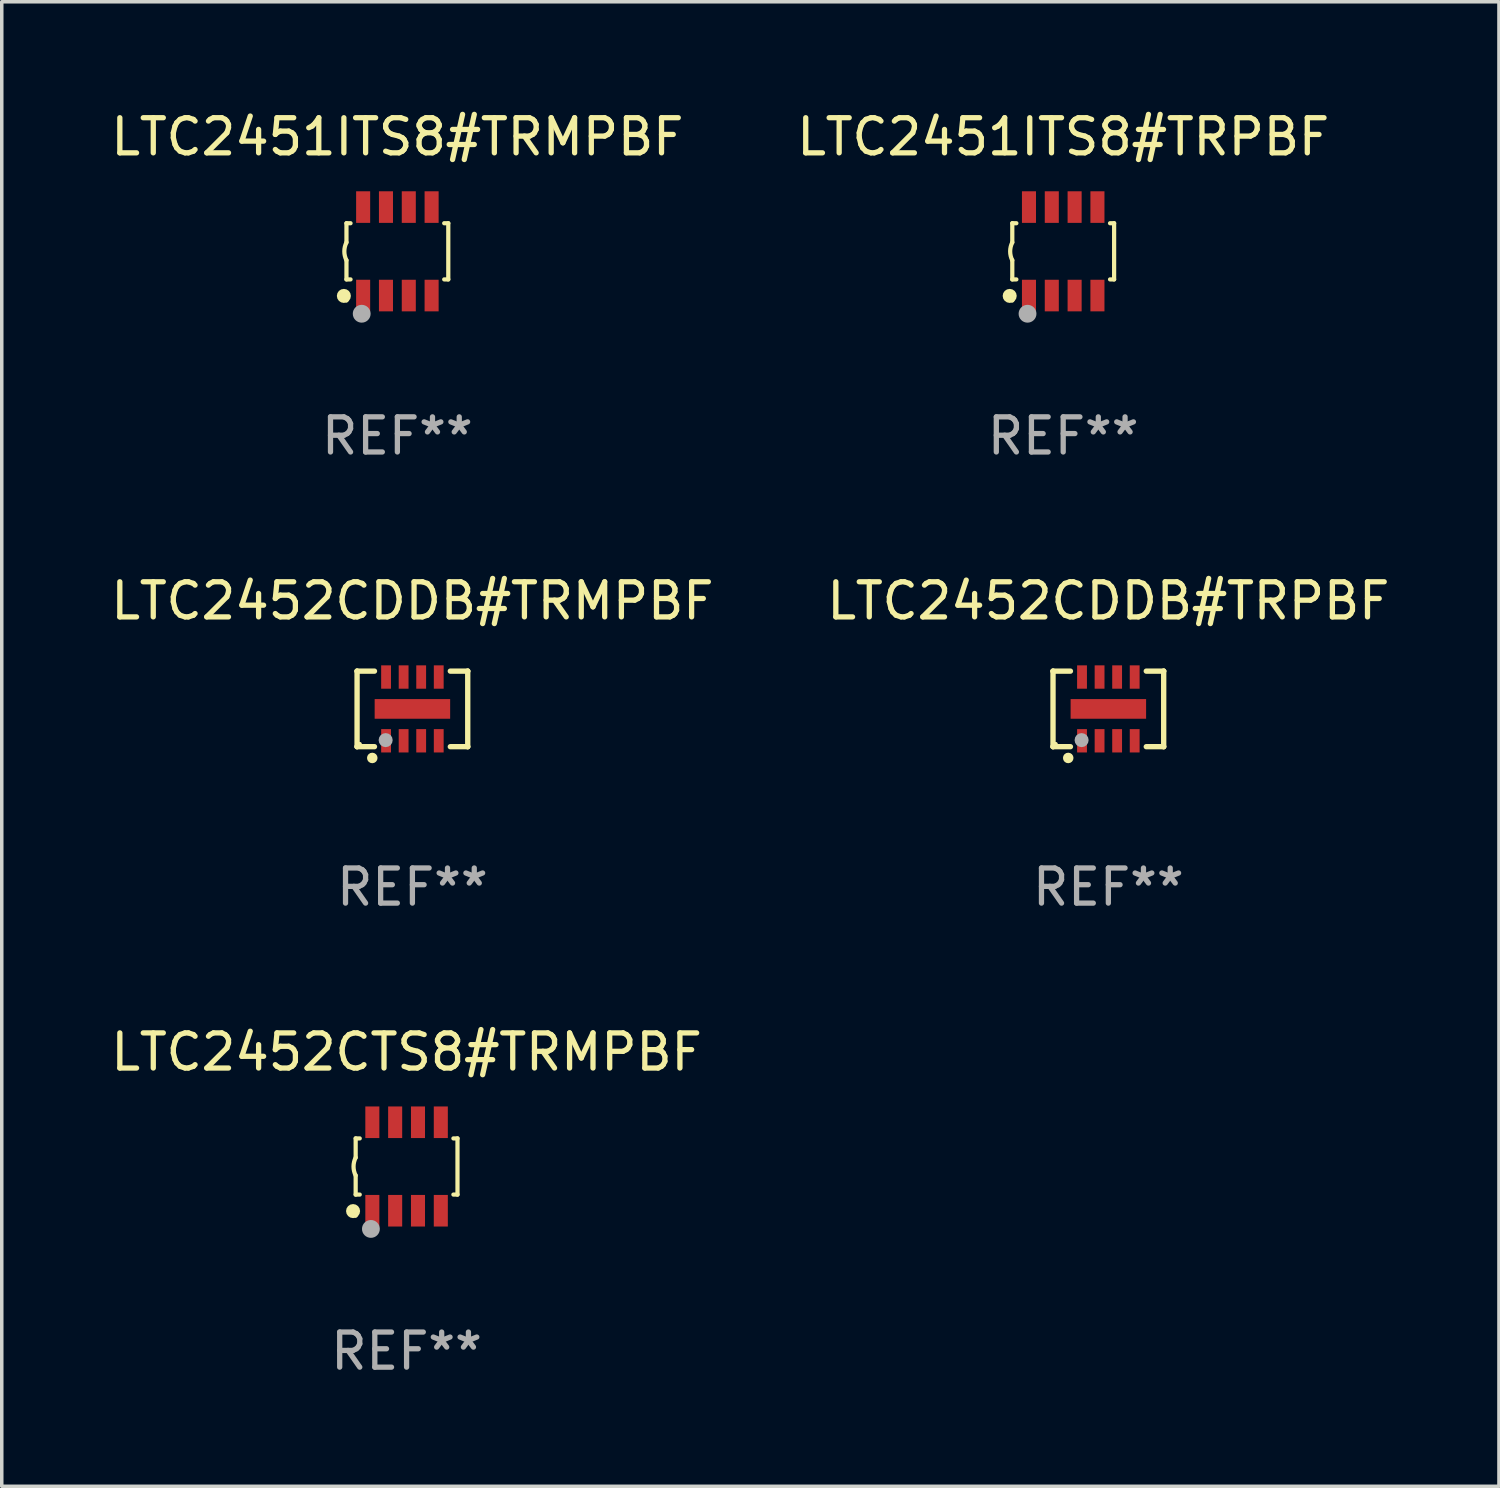
<source format=kicad_pcb>
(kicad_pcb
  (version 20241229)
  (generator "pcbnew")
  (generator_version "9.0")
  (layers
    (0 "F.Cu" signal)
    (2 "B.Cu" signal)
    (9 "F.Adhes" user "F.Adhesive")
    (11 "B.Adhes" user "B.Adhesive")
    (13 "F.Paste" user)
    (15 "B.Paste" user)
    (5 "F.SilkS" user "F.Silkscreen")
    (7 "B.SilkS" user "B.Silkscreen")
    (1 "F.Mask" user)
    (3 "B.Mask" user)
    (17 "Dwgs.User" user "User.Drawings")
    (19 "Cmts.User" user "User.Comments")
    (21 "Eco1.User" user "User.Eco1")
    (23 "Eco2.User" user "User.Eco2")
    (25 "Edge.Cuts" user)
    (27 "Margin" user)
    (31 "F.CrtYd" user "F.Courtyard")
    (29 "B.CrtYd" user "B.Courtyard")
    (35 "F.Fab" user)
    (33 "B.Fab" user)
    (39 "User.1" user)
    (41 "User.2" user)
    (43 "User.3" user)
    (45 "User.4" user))
  (footprint "LTC2451ITS8#TRMPBF"
    (layer "F.Cu")
    (at 8.268 4.108)
    (property "Reference" "LTC2451ITS8#TRMPBF" (at 0 -3.26 0) (layer "F.SilkS") (effects (font (size 1 1) (thickness 0.15))))
    (attr through_hole)
    (fp_line (start -1.45 -0.8) (end -1.45 -0.254) (stroke (width 0.12) (type solid)) (layer "F.SilkS"))
    (fp_line (start -1.45 -0.8) (end -1.334 -0.8) (stroke (width 0.12) (type solid)) (layer "F.SilkS"))
    (fp_line (start -1.45 0.8) (end -1.45 0.254) (stroke (width 0.12) (type solid)) (layer "F.SilkS"))
    (fp_line (start -1.45 0.8) (end -1.334 0.8) (stroke (width 0.12) (type solid)) (layer "F.SilkS"))
    (fp_line (start 1.334 -0.8) (end 1.45 -0.8) (stroke (width 0.12) (type solid)) (layer "F.SilkS"))
    (fp_line (start 1.334 0.8) (end 1.45 0.8) (stroke (width 0.12) (type solid)) (layer "F.SilkS"))
    (fp_line (start 1.45 0.8) (end 1.45 -0.8) (stroke (width 0.12) (type solid)) (layer "F.SilkS"))
    (fp_arc (start -1.45075 0.255144) (mid -1.510605 0.000434) (end -1.450013 -0.254102) (stroke (width 0.11999) (type solid)) (layer "F.SilkS"))
    (fp_circle (center -1.524 1.27) (end -1.424 1.27) (stroke (width 0.2) (type solid)) (fill no) (layer "F.SilkS"))
    (fp_circle (center -1.45 1.4) (end -1.42 1.4) (stroke (width 0.06) (type solid)) (fill no) (layer "F.SilkS"))
    (fp_circle (center -1.016 1.778) (end -0.889 1.778) (stroke (width 0.254) (type solid)) (fill no) (layer "F.Fab"))
    (fp_text user "REF**" (at 0 5.26 0) (layer "F.Fab") (effects (font (size 1 1) (thickness 0.15))))
    (pad "1" smd rect (at -0.975 1.26) (size 0.4 0.9) (layers "F.Cu" "F.Mask" "F.Paste"))
    (pad "2" smd rect (at -0.325 1.26) (size 0.4 0.9) (layers "F.Cu" "F.Mask" "F.Paste"))
    (pad "3" smd rect (at 0.325 1.26) (size 0.4 0.9) (layers "F.Cu" "F.Mask" "F.Paste"))
    (pad "4" smd rect (at 0.975 1.26) (size 0.4 0.9) (layers "F.Cu" "F.Mask" "F.Paste"))
    (pad "5" smd rect (at 0.975 -1.26) (size 0.4 0.9) (layers "F.Cu" "F.Mask" "F.Paste"))
    (pad "6" smd rect (at 0.325 -1.26) (size 0.4 0.9) (layers "F.Cu" "F.Mask" "F.Paste"))
    (pad "7" smd rect (at -0.325 -1.26) (size 0.4 0.9) (layers "F.Cu" "F.Mask" "F.Paste"))
    (pad "8" smd rect (at -0.975 -1.26) (size 0.4 0.9) (layers "F.Cu" "F.Mask" "F.Paste")))
  (footprint "LTC2451ITS8#TRPBF"
    (layer "F.Cu")
    (at 27.232 4.108)
    (property "Reference" "LTC2451ITS8#TRPBF" (at 0 -3.26 0) (layer "F.SilkS") (effects (font (size 1 1) (thickness 0.15))))
    (attr through_hole)
    (fp_line (start -1.45 -0.8) (end -1.45 -0.254) (stroke (width 0.12) (type solid)) (layer "F.SilkS"))
    (fp_line (start -1.45 -0.8) (end -1.334 -0.8) (stroke (width 0.12) (type solid)) (layer "F.SilkS"))
    (fp_line (start -1.45 0.8) (end -1.45 0.254) (stroke (width 0.12) (type solid)) (layer "F.SilkS"))
    (fp_line (start -1.45 0.8) (end -1.334 0.8) (stroke (width 0.12) (type solid)) (layer "F.SilkS"))
    (fp_line (start 1.334 -0.8) (end 1.45 -0.8) (stroke (width 0.12) (type solid)) (layer "F.SilkS"))
    (fp_line (start 1.334 0.8) (end 1.45 0.8) (stroke (width 0.12) (type solid)) (layer "F.SilkS"))
    (fp_line (start 1.45 0.8) (end 1.45 -0.8) (stroke (width 0.12) (type solid)) (layer "F.SilkS"))
    (fp_arc (start -1.45075 0.255144) (mid -1.510605 0.000434) (end -1.450013 -0.254102) (stroke (width 0.11999) (type solid)) (layer "F.SilkS"))
    (fp_circle (center -1.524 1.27) (end -1.424 1.27) (stroke (width 0.2) (type solid)) (fill no) (layer "F.SilkS"))
    (fp_circle (center -1.45 1.4) (end -1.42 1.4) (stroke (width 0.06) (type solid)) (fill no) (layer "F.SilkS"))
    (fp_circle (center -1.016 1.778) (end -0.889 1.778) (stroke (width 0.254) (type solid)) (fill no) (layer "F.Fab"))
    (fp_text user "REF**" (at 0 5.26 0) (layer "F.Fab") (effects (font (size 1 1) (thickness 0.15))))
    (pad "1" smd rect (at -0.975 1.26) (size 0.4 0.9) (layers "F.Cu" "F.Mask" "F.Paste"))
    (pad "2" smd rect (at -0.325 1.26) (size 0.4 0.9) (layers "F.Cu" "F.Mask" "F.Paste"))
    (pad "3" smd rect (at 0.325 1.26) (size 0.4 0.9) (layers "F.Cu" "F.Mask" "F.Paste"))
    (pad "4" smd rect (at 0.975 1.26) (size 0.4 0.9) (layers "F.Cu" "F.Mask" "F.Paste"))
    (pad "5" smd rect (at 0.975 -1.26) (size 0.4 0.9) (layers "F.Cu" "F.Mask" "F.Paste"))
    (pad "6" smd rect (at 0.325 -1.26) (size 0.4 0.9) (layers "F.Cu" "F.Mask" "F.Paste"))
    (pad "7" smd rect (at -0.325 -1.26) (size 0.4 0.9) (layers "F.Cu" "F.Mask" "F.Paste"))
    (pad "8" smd rect (at -0.975 -1.26) (size 0.4 0.9) (layers "F.Cu" "F.Mask" "F.Paste")))
  (footprint "LTC2452CDDB#TRMPBF"
    (layer "F.Cu")
    (at 8.696 17.141)
    (property "Reference" "LTC2452CDDB#TRMPBF" (at 0 -3.076 0) (layer "F.SilkS") (effects (font (size 1 1) (thickness 0.15))))
    (attr through_hole)
    (fp_line (start -1.576 -1.076) (end -1.576 -1.076) (stroke (width 0.152) (type solid)) (layer "F.SilkS"))
    (fp_line (start -1.576 -1.076) (end -1.08 -1.076) (stroke (width 0.152) (type solid)) (layer "F.SilkS"))
    (fp_line (start -1.576 1.076) (end -1.576 -1.076) (stroke (width 0.152) (type solid)) (layer "F.SilkS"))
    (fp_line (start -1.576 1.076) (end -1.576 1.076) (stroke (width 0.152) (type solid)) (layer "F.SilkS"))
    (fp_line (start -1.08 1.076) (end -1.576 1.076) (stroke (width 0.152) (type solid)) (layer "F.SilkS"))
    (fp_line (start 1.08 1.076) (end 1.576 1.076) (stroke (width 0.152) (type solid)) (layer "F.SilkS"))
    (fp_line (start 1.576 -1.076) (end 1.08 -1.076) (stroke (width 0.152) (type solid)) (layer "F.SilkS"))
    (fp_line (start 1.576 -1.076) (end 1.576 -1.076) (stroke (width 0.152) (type solid)) (layer "F.SilkS"))
    (fp_line (start 1.576 1.076) (end 1.576 -1.076) (stroke (width 0.152) (type solid)) (layer "F.SilkS"))
    (fp_line (start 1.576 1.076) (end 1.576 1.076) (stroke (width 0.152) (type solid)) (layer "F.SilkS"))
    (fp_circle (center -1.5 1) (end -1.47 1) (stroke (width 0.06) (type solid)) (fill no) (layer "F.SilkS"))
    (fp_circle (center -1.143 1.397) (end -1.068 1.397) (stroke (width 0.15) (type solid)) (fill no) (layer "F.SilkS"))
    (fp_circle (center -0.762 0.889) (end -0.662 0.889) (stroke (width 0.2) (type solid)) (fill no) (layer "F.Fab"))
    (fp_text user "REF**" (at 0 5.076 0) (layer "F.Fab") (effects (font (size 1 1) (thickness 0.15))))
    (pad "1" smd rect (at -0.75 0.908) (size 0.28 0.665) (layers "F.Cu" "F.Mask" "F.Paste"))
    (pad "2" smd rect (at -0.25 0.908) (size 0.28 0.665) (layers "F.Cu" "F.Mask" "F.Paste"))
    (pad "3" smd rect (at 0.25 0.908) (size 0.28 0.665) (layers "F.Cu" "F.Mask" "F.Paste"))
    (pad "4" smd rect (at 0.75 0.908) (size 0.28 0.665) (layers "F.Cu" "F.Mask" "F.Paste"))
    (pad "5" smd rect (at 0.75 -0.908) (size 0.28 0.665) (layers "F.Cu" "F.Mask" "F.Paste"))
    (pad "6" smd rect (at 0.25 -0.908) (size 0.28 0.665) (layers "F.Cu" "F.Mask" "F.Paste"))
    (pad "7" smd rect (at -0.25 -0.908) (size 0.28 0.665) (layers "F.Cu" "F.Mask" "F.Paste"))
    (pad "8" smd rect (at -0.75 -0.908) (size 0.28 0.665) (layers "F.Cu" "F.Mask" "F.Paste"))
    (pad "9" smd rect (at 0 0) (size 2.15 0.56) (layers "F.Cu" "F.Mask" "F.Paste")))
  (footprint "LTC2452CTS8#TRMPBF"
    (layer "F.Cu")
    (at 8.53 30.174)
    (property "Reference" "LTC2452CTS8#TRMPBF" (at 0 -3.26 0) (layer "F.SilkS") (effects (font (size 1 1) (thickness 0.15))))
    (attr through_hole)
    (fp_line (start -1.45 -0.8) (end -1.45 -0.254) (stroke (width 0.12) (type solid)) (layer "F.SilkS"))
    (fp_line (start -1.45 -0.8) (end -1.334 -0.8) (stroke (width 0.12) (type solid)) (layer "F.SilkS"))
    (fp_line (start -1.45 0.8) (end -1.45 0.254) (stroke (width 0.12) (type solid)) (layer "F.SilkS"))
    (fp_line (start -1.45 0.8) (end -1.334 0.8) (stroke (width 0.12) (type solid)) (layer "F.SilkS"))
    (fp_line (start 1.334 -0.8) (end 1.45 -0.8) (stroke (width 0.12) (type solid)) (layer "F.SilkS"))
    (fp_line (start 1.334 0.8) (end 1.45 0.8) (stroke (width 0.12) (type solid)) (layer "F.SilkS"))
    (fp_line (start 1.45 0.8) (end 1.45 -0.8) (stroke (width 0.12) (type solid)) (layer "F.SilkS"))
    (fp_arc (start -1.45075 0.255144) (mid -1.510605 0.000434) (end -1.450013 -0.254102) (stroke (width 0.11999) (type solid)) (layer "F.SilkS"))
    (fp_circle (center -1.524 1.27) (end -1.424 1.27) (stroke (width 0.2) (type solid)) (fill no) (layer "F.SilkS"))
    (fp_circle (center -1.45 1.4) (end -1.42 1.4) (stroke (width 0.06) (type solid)) (fill no) (layer "F.SilkS"))
    (fp_circle (center -1.016 1.778) (end -0.889 1.778) (stroke (width 0.254) (type solid)) (fill no) (layer "F.Fab"))
    (fp_text user "REF**" (at 0 5.26 0) (layer "F.Fab") (effects (font (size 1 1) (thickness 0.15))))
    (pad "1" smd rect (at -0.975 1.26) (size 0.4 0.9) (layers "F.Cu" "F.Mask" "F.Paste"))
    (pad "2" smd rect (at -0.325 1.26) (size 0.4 0.9) (layers "F.Cu" "F.Mask" "F.Paste"))
    (pad "3" smd rect (at 0.325 1.26) (size 0.4 0.9) (layers "F.Cu" "F.Mask" "F.Paste"))
    (pad "4" smd rect (at 0.975 1.26) (size 0.4 0.9) (layers "F.Cu" "F.Mask" "F.Paste"))
    (pad "5" smd rect (at 0.975 -1.26) (size 0.4 0.9) (layers "F.Cu" "F.Mask" "F.Paste"))
    (pad "6" smd rect (at 0.325 -1.26) (size 0.4 0.9) (layers "F.Cu" "F.Mask" "F.Paste"))
    (pad "7" smd rect (at -0.325 -1.26) (size 0.4 0.9) (layers "F.Cu" "F.Mask" "F.Paste"))
    (pad "8" smd rect (at -0.975 -1.26) (size 0.4 0.9) (layers "F.Cu" "F.Mask" "F.Paste")))
  (footprint "LTC2452CDDB#TRPBF"
    (layer "F.Cu")
    (at 28.518 17.141)
    (property "Reference" "LTC2452CDDB#TRPBF" (at 0 -3.076 0) (layer "F.SilkS") (effects (font (size 1 1) (thickness 0.15))))
    (attr through_hole)
    (fp_line (start -1.576 -1.076) (end -1.576 -1.076) (stroke (width 0.152) (type solid)) (layer "F.SilkS"))
    (fp_line (start -1.576 -1.076) (end -1.08 -1.076) (stroke (width 0.152) (type solid)) (layer "F.SilkS"))
    (fp_line (start -1.576 1.076) (end -1.576 -1.076) (stroke (width 0.152) (type solid)) (layer "F.SilkS"))
    (fp_line (start -1.576 1.076) (end -1.576 1.076) (stroke (width 0.152) (type solid)) (layer "F.SilkS"))
    (fp_line (start -1.08 1.076) (end -1.576 1.076) (stroke (width 0.152) (type solid)) (layer "F.SilkS"))
    (fp_line (start 1.08 1.076) (end 1.576 1.076) (stroke (width 0.152) (type solid)) (layer "F.SilkS"))
    (fp_line (start 1.576 -1.076) (end 1.08 -1.076) (stroke (width 0.152) (type solid)) (layer "F.SilkS"))
    (fp_line (start 1.576 -1.076) (end 1.576 -1.076) (stroke (width 0.152) (type solid)) (layer "F.SilkS"))
    (fp_line (start 1.576 1.076) (end 1.576 -1.076) (stroke (width 0.152) (type solid)) (layer "F.SilkS"))
    (fp_line (start 1.576 1.076) (end 1.576 1.076) (stroke (width 0.152) (type solid)) (layer "F.SilkS"))
    (fp_circle (center -1.5 1) (end -1.47 1) (stroke (width 0.06) (type solid)) (fill no) (layer "F.SilkS"))
    (fp_circle (center -1.143 1.397) (end -1.068 1.397) (stroke (width 0.15) (type solid)) (fill no) (layer "F.SilkS"))
    (fp_circle (center -0.762 0.889) (end -0.662 0.889) (stroke (width 0.2) (type solid)) (fill no) (layer "F.Fab"))
    (fp_text user "REF**" (at 0 5.076 0) (layer "F.Fab") (effects (font (size 1 1) (thickness 0.15))))
    (pad "1" smd rect (at -0.75 0.908) (size 0.28 0.665) (layers "F.Cu" "F.Mask" "F.Paste"))
    (pad "2" smd rect (at -0.25 0.908) (size 0.28 0.665) (layers "F.Cu" "F.Mask" "F.Paste"))
    (pad "3" smd rect (at 0.25 0.908) (size 0.28 0.665) (layers "F.Cu" "F.Mask" "F.Paste"))
    (pad "4" smd rect (at 0.75 0.908) (size 0.28 0.665) (layers "F.Cu" "F.Mask" "F.Paste"))
    (pad "5" smd rect (at 0.75 -0.908) (size 0.28 0.665) (layers "F.Cu" "F.Mask" "F.Paste"))
    (pad "6" smd rect (at 0.25 -0.908) (size 0.28 0.665) (layers "F.Cu" "F.Mask" "F.Paste"))
    (pad "7" smd rect (at -0.25 -0.908) (size 0.28 0.665) (layers "F.Cu" "F.Mask" "F.Paste"))
    (pad "8" smd rect (at -0.75 -0.908) (size 0.28 0.665) (layers "F.Cu" "F.Mask" "F.Paste"))
    (pad "9" smd rect (at 0 0) (size 2.15 0.56) (layers "F.Cu" "F.Mask" "F.Paste")))
  (gr_rect
    (start -3 -3)
    (end 39.643 39.282)
    (stroke (width 0.1) (type default))
    (fill no)
    (layer "Edge.Cuts")))
</source>
